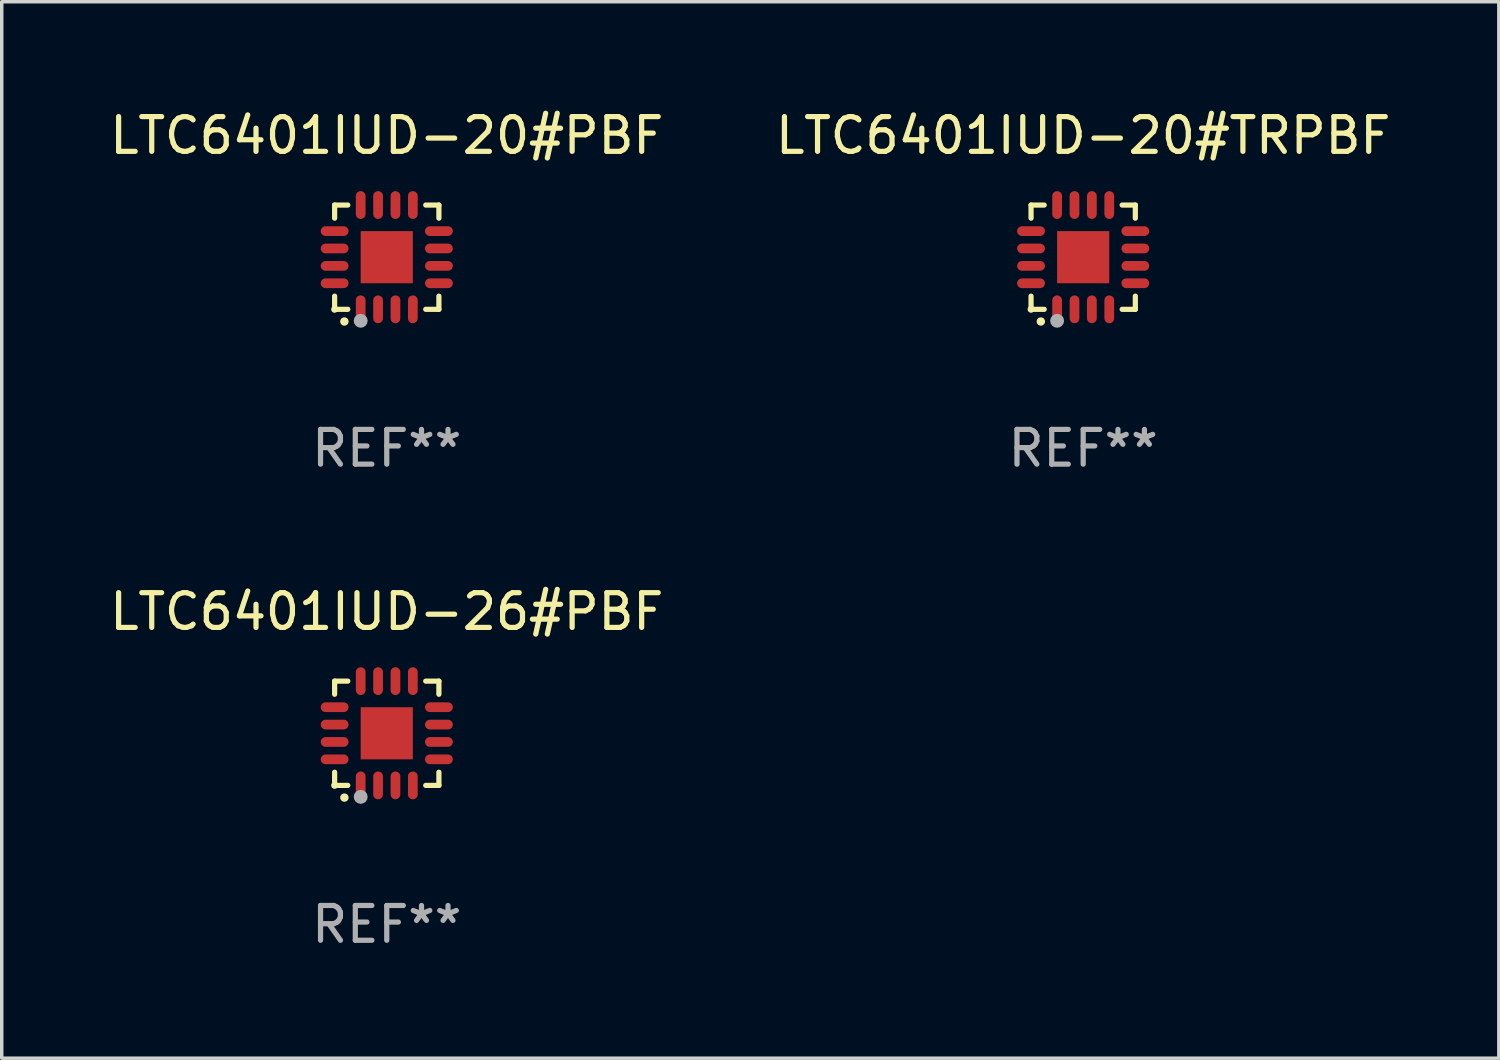
<source format=kicad_pcb>
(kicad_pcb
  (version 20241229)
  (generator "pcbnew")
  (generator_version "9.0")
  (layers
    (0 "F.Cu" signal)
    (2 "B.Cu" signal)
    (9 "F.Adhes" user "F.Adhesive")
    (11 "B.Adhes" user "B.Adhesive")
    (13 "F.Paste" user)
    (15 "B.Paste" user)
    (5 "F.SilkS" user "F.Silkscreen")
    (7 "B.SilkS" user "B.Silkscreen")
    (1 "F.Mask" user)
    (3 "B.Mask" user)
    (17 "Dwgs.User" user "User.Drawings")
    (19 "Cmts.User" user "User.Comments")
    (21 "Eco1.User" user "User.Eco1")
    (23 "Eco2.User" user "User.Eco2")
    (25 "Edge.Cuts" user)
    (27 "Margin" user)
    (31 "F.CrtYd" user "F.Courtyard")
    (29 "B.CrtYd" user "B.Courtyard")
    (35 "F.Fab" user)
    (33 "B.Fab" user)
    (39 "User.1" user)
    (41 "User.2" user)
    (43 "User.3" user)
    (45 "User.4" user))
  (footprint "LTC6401IUD-26#PBF"
    (layer "F.Cu")
    (at 8.077 18.046)
    (property "Reference" "LTC6401IUD-26#PBF" (at 0 -3.5 0) (layer "F.SilkS") (effects (font (size 1 1) (thickness 0.15))))
    (attr through_hole)
    (fp_line (start -1.5 -1.5) (end -1.121 -1.5) (stroke (width 0.15) (type solid)) (layer "F.SilkS"))
    (fp_line (start -1.5 -1.122) (end -1.5 -1.5) (stroke (width 0.15) (type solid)) (layer "F.SilkS"))
    (fp_line (start -1.5 1.5) (end -1.5 1.121) (stroke (width 0.15) (type solid)) (layer "F.SilkS"))
    (fp_line (start -1.121 1.5) (end -1.5 1.5) (stroke (width 0.15) (type solid)) (layer "F.SilkS"))
    (fp_line (start 1.121 -1.5) (end 1.5 -1.5) (stroke (width 0.15) (type solid)) (layer "F.SilkS"))
    (fp_line (start 1.5 -1.5) (end 1.5 -1.122) (stroke (width 0.15) (type solid)) (layer "F.SilkS"))
    (fp_line (start 1.5 1.121) (end 1.5 1.5) (stroke (width 0.15) (type solid)) (layer "F.SilkS"))
    (fp_line (start 1.5 1.5) (end 1.121 1.5) (stroke (width 0.15) (type solid)) (layer "F.SilkS"))
    (fp_arc (start -1.219926 1.850254) (mid -1.21891 1.85025) (end -1.217894 1.850254) (stroke (width 0.240005) (type solid)) (layer "F.SilkS"))
    (fp_circle (center -1.5 1.5) (end -1.45 1.5) (stroke (width 0.1) (type solid)) (fill no) (layer "F.SilkS"))
    (fp_circle (center -0.75 1.83) (end -0.65 1.83) (stroke (width 0.2) (type solid)) (fill no) (layer "F.Fab"))
    (fp_text user "REF**" (at 0 5.5 0) (layer "F.Fab") (effects (font (size 1 1) (thickness 0.15))))
    (pad "1" smd oval (at -0.75 1.5) (size 0.28 0.8) (layers "F.Cu" "F.Mask" "F.Paste"))
    (pad "2" smd oval (at -0.25 1.5) (size 0.28 0.8) (layers "F.Cu" "F.Mask" "F.Paste"))
    (pad "3" smd oval (at 0.25 1.5) (size 0.28 0.8) (layers "F.Cu" "F.Mask" "F.Paste"))
    (pad "4" smd oval (at 0.75 1.5) (size 0.28 0.8) (layers "F.Cu" "F.Mask" "F.Paste"))
    (pad "5" smd oval (at 1.5 0.75) (size 0.8 0.28) (layers "F.Cu" "F.Mask" "F.Paste"))
    (pad "6" smd oval (at 1.5 0.25) (size 0.8 0.28) (layers "F.Cu" "F.Mask" "F.Paste"))
    (pad "7" smd oval (at 1.5 -0.25) (size 0.8 0.28) (layers "F.Cu" "F.Mask" "F.Paste"))
    (pad "8" smd oval (at 1.5 -0.75) (size 0.8 0.28) (layers "F.Cu" "F.Mask" "F.Paste"))
    (pad "9" smd oval (at 0.75 -1.5) (size 0.28 0.8) (layers "F.Cu" "F.Mask" "F.Paste"))
    (pad "10" smd oval (at 0.25 -1.5) (size 0.28 0.8) (layers "F.Cu" "F.Mask" "F.Paste"))
    (pad "11" smd oval (at -0.25 -1.5) (size 0.28 0.8) (layers "F.Cu" "F.Mask" "F.Paste"))
    (pad "12" smd oval (at -0.75 -1.5) (size 0.28 0.8) (layers "F.Cu" "F.Mask" "F.Paste"))
    (pad "13" smd oval (at -1.5 -0.75) (size 0.8 0.28) (layers "F.Cu" "F.Mask" "F.Paste"))
    (pad "14" smd oval (at -1.5 -0.25) (size 0.8 0.28) (layers "F.Cu" "F.Mask" "F.Paste"))
    (pad "15" smd oval (at -1.5 0.25) (size 0.8 0.28) (layers "F.Cu" "F.Mask" "F.Paste"))
    (pad "16" smd oval (at -1.5 0.75) (size 0.8 0.28) (layers "F.Cu" "F.Mask" "F.Paste"))
    (pad "17" smd rect (at -0.000064 0.000165) (size 1.5 1.5) (layers "F.Cu" "F.Mask" "F.Paste")))
  (footprint "LTC6401IUD-20#TRPBF"
    (layer "F.Cu")
    (at 28.113 4.349)
    (property "Reference" "LTC6401IUD-20#TRPBF" (at 0 -3.5 0) (layer "F.SilkS") (effects (font (size 1 1) (thickness 0.15))))
    (attr through_hole)
    (fp_line (start -1.5 -1.5) (end -1.121 -1.5) (stroke (width 0.15) (type solid)) (layer "F.SilkS"))
    (fp_line (start -1.5 -1.122) (end -1.5 -1.5) (stroke (width 0.15) (type solid)) (layer "F.SilkS"))
    (fp_line (start -1.5 1.5) (end -1.5 1.121) (stroke (width 0.15) (type solid)) (layer "F.SilkS"))
    (fp_line (start -1.121 1.5) (end -1.5 1.5) (stroke (width 0.15) (type solid)) (layer "F.SilkS"))
    (fp_line (start 1.121 -1.5) (end 1.5 -1.5) (stroke (width 0.15) (type solid)) (layer "F.SilkS"))
    (fp_line (start 1.5 -1.5) (end 1.5 -1.122) (stroke (width 0.15) (type solid)) (layer "F.SilkS"))
    (fp_line (start 1.5 1.121) (end 1.5 1.5) (stroke (width 0.15) (type solid)) (layer "F.SilkS"))
    (fp_line (start 1.5 1.5) (end 1.121 1.5) (stroke (width 0.15) (type solid)) (layer "F.SilkS"))
    (fp_arc (start -1.219926 1.850254) (mid -1.21891 1.85025) (end -1.217894 1.850254) (stroke (width 0.240005) (type solid)) (layer "F.SilkS"))
    (fp_circle (center -1.5 1.5) (end -1.45 1.5) (stroke (width 0.1) (type solid)) (fill no) (layer "F.SilkS"))
    (fp_circle (center -0.75 1.83) (end -0.65 1.83) (stroke (width 0.2) (type solid)) (fill no) (layer "F.Fab"))
    (fp_text user "REF**" (at 0 5.5 0) (layer "F.Fab") (effects (font (size 1 1) (thickness 0.15))))
    (pad "1" smd oval (at -0.75 1.5) (size 0.28 0.8) (layers "F.Cu" "F.Mask" "F.Paste"))
    (pad "2" smd oval (at -0.25 1.5) (size 0.28 0.8) (layers "F.Cu" "F.Mask" "F.Paste"))
    (pad "3" smd oval (at 0.25 1.5) (size 0.28 0.8) (layers "F.Cu" "F.Mask" "F.Paste"))
    (pad "4" smd oval (at 0.75 1.5) (size 0.28 0.8) (layers "F.Cu" "F.Mask" "F.Paste"))
    (pad "5" smd oval (at 1.5 0.75) (size 0.8 0.28) (layers "F.Cu" "F.Mask" "F.Paste"))
    (pad "6" smd oval (at 1.5 0.25) (size 0.8 0.28) (layers "F.Cu" "F.Mask" "F.Paste"))
    (pad "7" smd oval (at 1.5 -0.25) (size 0.8 0.28) (layers "F.Cu" "F.Mask" "F.Paste"))
    (pad "8" smd oval (at 1.5 -0.75) (size 0.8 0.28) (layers "F.Cu" "F.Mask" "F.Paste"))
    (pad "9" smd oval (at 0.75 -1.5) (size 0.28 0.8) (layers "F.Cu" "F.Mask" "F.Paste"))
    (pad "10" smd oval (at 0.25 -1.5) (size 0.28 0.8) (layers "F.Cu" "F.Mask" "F.Paste"))
    (pad "11" smd oval (at -0.25 -1.5) (size 0.28 0.8) (layers "F.Cu" "F.Mask" "F.Paste"))
    (pad "12" smd oval (at -0.75 -1.5) (size 0.28 0.8) (layers "F.Cu" "F.Mask" "F.Paste"))
    (pad "13" smd oval (at -1.5 -0.75) (size 0.8 0.28) (layers "F.Cu" "F.Mask" "F.Paste"))
    (pad "14" smd oval (at -1.5 -0.25) (size 0.8 0.28) (layers "F.Cu" "F.Mask" "F.Paste"))
    (pad "15" smd oval (at -1.5 0.25) (size 0.8 0.28) (layers "F.Cu" "F.Mask" "F.Paste"))
    (pad "16" smd oval (at -1.5 0.75) (size 0.8 0.28) (layers "F.Cu" "F.Mask" "F.Paste"))
    (pad "17" smd rect (at -0.000064 0.000165) (size 1.5 1.5) (layers "F.Cu" "F.Mask" "F.Paste")))
  (footprint "LTC6401IUD-20#PBF"
    (layer "F.Cu")
    (at 8.077 4.349)
    (property "Reference" "LTC6401IUD-20#PBF" (at 0 -3.5 0) (layer "F.SilkS") (effects (font (size 1 1) (thickness 0.15))))
    (attr through_hole)
    (fp_line (start -1.5 -1.5) (end -1.121 -1.5) (stroke (width 0.15) (type solid)) (layer "F.SilkS"))
    (fp_line (start -1.5 -1.122) (end -1.5 -1.5) (stroke (width 0.15) (type solid)) (layer "F.SilkS"))
    (fp_line (start -1.5 1.5) (end -1.5 1.121) (stroke (width 0.15) (type solid)) (layer "F.SilkS"))
    (fp_line (start -1.121 1.5) (end -1.5 1.5) (stroke (width 0.15) (type solid)) (layer "F.SilkS"))
    (fp_line (start 1.121 -1.5) (end 1.5 -1.5) (stroke (width 0.15) (type solid)) (layer "F.SilkS"))
    (fp_line (start 1.5 -1.5) (end 1.5 -1.122) (stroke (width 0.15) (type solid)) (layer "F.SilkS"))
    (fp_line (start 1.5 1.121) (end 1.5 1.5) (stroke (width 0.15) (type solid)) (layer "F.SilkS"))
    (fp_line (start 1.5 1.5) (end 1.121 1.5) (stroke (width 0.15) (type solid)) (layer "F.SilkS"))
    (fp_arc (start -1.219926 1.850254) (mid -1.21891 1.85025) (end -1.217894 1.850254) (stroke (width 0.240005) (type solid)) (layer "F.SilkS"))
    (fp_circle (center -1.5 1.5) (end -1.45 1.5) (stroke (width 0.1) (type solid)) (fill no) (layer "F.SilkS"))
    (fp_circle (center -0.75 1.83) (end -0.65 1.83) (stroke (width 0.2) (type solid)) (fill no) (layer "F.Fab"))
    (fp_text user "REF**" (at 0 5.5 0) (layer "F.Fab") (effects (font (size 1 1) (thickness 0.15))))
    (pad "1" smd oval (at -0.75 1.5) (size 0.28 0.8) (layers "F.Cu" "F.Mask" "F.Paste"))
    (pad "2" smd oval (at -0.25 1.5) (size 0.28 0.8) (layers "F.Cu" "F.Mask" "F.Paste"))
    (pad "3" smd oval (at 0.25 1.5) (size 0.28 0.8) (layers "F.Cu" "F.Mask" "F.Paste"))
    (pad "4" smd oval (at 0.75 1.5) (size 0.28 0.8) (layers "F.Cu" "F.Mask" "F.Paste"))
    (pad "5" smd oval (at 1.5 0.75) (size 0.8 0.28) (layers "F.Cu" "F.Mask" "F.Paste"))
    (pad "6" smd oval (at 1.5 0.25) (size 0.8 0.28) (layers "F.Cu" "F.Mask" "F.Paste"))
    (pad "7" smd oval (at 1.5 -0.25) (size 0.8 0.28) (layers "F.Cu" "F.Mask" "F.Paste"))
    (pad "8" smd oval (at 1.5 -0.75) (size 0.8 0.28) (layers "F.Cu" "F.Mask" "F.Paste"))
    (pad "9" smd oval (at 0.75 -1.5) (size 0.28 0.8) (layers "F.Cu" "F.Mask" "F.Paste"))
    (pad "10" smd oval (at 0.25 -1.5) (size 0.28 0.8) (layers "F.Cu" "F.Mask" "F.Paste"))
    (pad "11" smd oval (at -0.25 -1.5) (size 0.28 0.8) (layers "F.Cu" "F.Mask" "F.Paste"))
    (pad "12" smd oval (at -0.75 -1.5) (size 0.28 0.8) (layers "F.Cu" "F.Mask" "F.Paste"))
    (pad "13" smd oval (at -1.5 -0.75) (size 0.8 0.28) (layers "F.Cu" "F.Mask" "F.Paste"))
    (pad "14" smd oval (at -1.5 -0.25) (size 0.8 0.28) (layers "F.Cu" "F.Mask" "F.Paste"))
    (pad "15" smd oval (at -1.5 0.25) (size 0.8 0.28) (layers "F.Cu" "F.Mask" "F.Paste"))
    (pad "16" smd oval (at -1.5 0.75) (size 0.8 0.28) (layers "F.Cu" "F.Mask" "F.Paste"))
    (pad "17" smd rect (at -0.000064 0.000165) (size 1.5 1.5) (layers "F.Cu" "F.Mask" "F.Paste")))
  (gr_rect
    (start -3 -3)
    (end 40.071 27.394)
    (stroke (width 0.1) (type default))
    (fill no)
    (layer "Edge.Cuts")))
</source>
